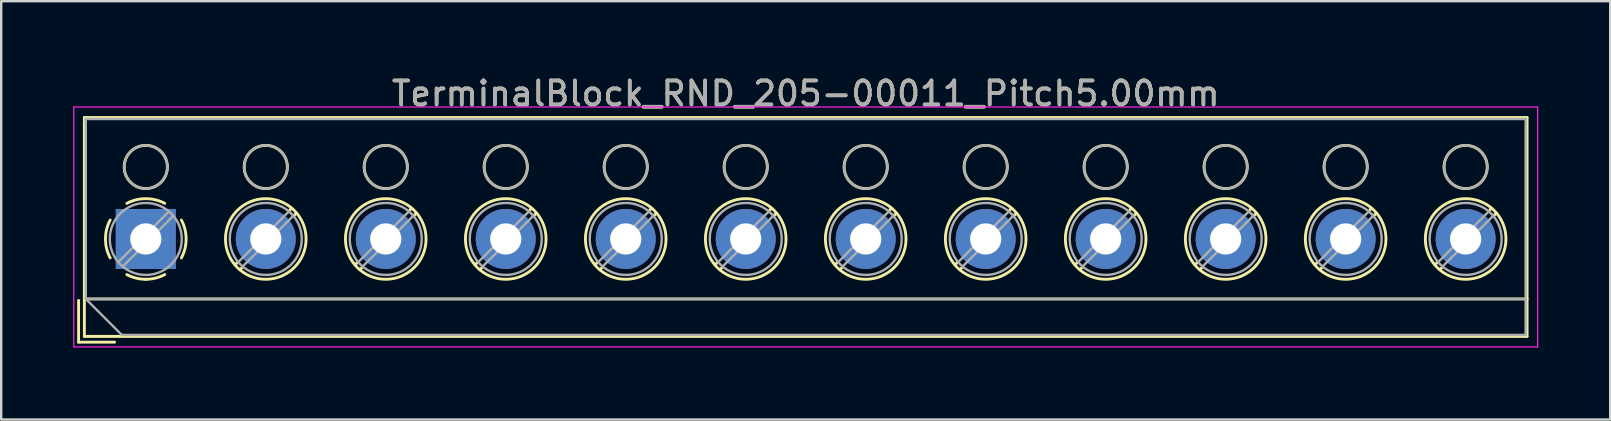
<source format=kicad_pcb>
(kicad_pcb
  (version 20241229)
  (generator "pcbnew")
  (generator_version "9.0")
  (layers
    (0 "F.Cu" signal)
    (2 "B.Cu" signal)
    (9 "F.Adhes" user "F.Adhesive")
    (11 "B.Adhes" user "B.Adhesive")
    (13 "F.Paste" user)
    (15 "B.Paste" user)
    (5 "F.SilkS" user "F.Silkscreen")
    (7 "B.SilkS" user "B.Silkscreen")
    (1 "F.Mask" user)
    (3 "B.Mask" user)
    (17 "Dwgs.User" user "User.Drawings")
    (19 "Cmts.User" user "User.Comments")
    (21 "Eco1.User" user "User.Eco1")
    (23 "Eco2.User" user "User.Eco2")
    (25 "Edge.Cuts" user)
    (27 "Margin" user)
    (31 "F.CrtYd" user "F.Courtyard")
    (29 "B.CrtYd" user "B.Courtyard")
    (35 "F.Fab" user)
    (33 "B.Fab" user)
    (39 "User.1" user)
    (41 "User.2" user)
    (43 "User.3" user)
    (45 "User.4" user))
  (footprint "TerminalBlock_RND_205-00011_Pitch5.00mm"
    (layer "F.Cu")
    (at 3.025 6.908)
    (property "Reference" "TerminalBlock_RND_205-00011_Pitch5.00mm" (at 27.5 -6.06 0) (layer "F.SilkS") (effects (font (size 1 1) (thickness 0.15))))
    (attr through_hole)
    (fp_line (start -2.8 2.56) (end -2.8 4.3) (stroke (width 0.12) (type solid)) (layer "F.SilkS"))
    (fp_line (start -2.8 4.3) (end -1.3 4.3) (stroke (width 0.12) (type solid)) (layer "F.SilkS"))
    (fp_line (start -2.56 -5.06) (end -2.56 4.06) (stroke (width 0.12) (type solid)) (layer "F.SilkS"))
    (fp_line (start -2.56 2.5) (end 57.56 2.5) (stroke (width 0.12) (type solid)) (layer "F.SilkS"))
    (fp_line (start -2.56 4.06) (end 57.56 4.06) (stroke (width 0.12) (type solid)) (layer "F.SilkS"))
    (fp_line (start 3.82 0.976) (end 3.726 1.069) (stroke (width 0.12) (type solid)) (layer "F.SilkS"))
    (fp_line (start 3.99 1.216) (end 3.931 1.274) (stroke (width 0.12) (type solid)) (layer "F.SilkS"))
    (fp_line (start 6.07 -1.275) (end 6.011 -1.216) (stroke (width 0.12) (type solid)) (layer "F.SilkS"))
    (fp_line (start 6.275 -1.069) (end 6.181 -0.976) (stroke (width 0.12) (type solid)) (layer "F.SilkS"))
    (fp_line (start 8.82 0.976) (end 8.726 1.069) (stroke (width 0.12) (type solid)) (layer "F.SilkS"))
    (fp_line (start 8.99 1.216) (end 8.931 1.274) (stroke (width 0.12) (type solid)) (layer "F.SilkS"))
    (fp_line (start 11.07 -1.275) (end 11.011 -1.216) (stroke (width 0.12) (type solid)) (layer "F.SilkS"))
    (fp_line (start 11.275 -1.069) (end 11.181 -0.976) (stroke (width 0.12) (type solid)) (layer "F.SilkS"))
    (fp_line (start 13.82 0.976) (end 13.726 1.069) (stroke (width 0.12) (type solid)) (layer "F.SilkS"))
    (fp_line (start 13.99 1.216) (end 13.931 1.274) (stroke (width 0.12) (type solid)) (layer "F.SilkS"))
    (fp_line (start 16.07 -1.275) (end 16.011 -1.216) (stroke (width 0.12) (type solid)) (layer "F.SilkS"))
    (fp_line (start 16.275 -1.069) (end 16.181 -0.976) (stroke (width 0.12) (type solid)) (layer "F.SilkS"))
    (fp_line (start 18.82 0.976) (end 18.726 1.069) (stroke (width 0.12) (type solid)) (layer "F.SilkS"))
    (fp_line (start 18.99 1.216) (end 18.931 1.274) (stroke (width 0.12) (type solid)) (layer "F.SilkS"))
    (fp_line (start 21.07 -1.275) (end 21.011 -1.216) (stroke (width 0.12) (type solid)) (layer "F.SilkS"))
    (fp_line (start 21.275 -1.069) (end 21.181 -0.976) (stroke (width 0.12) (type solid)) (layer "F.SilkS"))
    (fp_line (start 23.82 0.976) (end 23.726 1.069) (stroke (width 0.12) (type solid)) (layer "F.SilkS"))
    (fp_line (start 23.99 1.216) (end 23.931 1.274) (stroke (width 0.12) (type solid)) (layer "F.SilkS"))
    (fp_line (start 26.07 -1.275) (end 26.011 -1.216) (stroke (width 0.12) (type solid)) (layer "F.SilkS"))
    (fp_line (start 26.275 -1.069) (end 26.181 -0.976) (stroke (width 0.12) (type solid)) (layer "F.SilkS"))
    (fp_line (start 28.82 0.976) (end 28.726 1.069) (stroke (width 0.12) (type solid)) (layer "F.SilkS"))
    (fp_line (start 28.99 1.216) (end 28.931 1.274) (stroke (width 0.12) (type solid)) (layer "F.SilkS"))
    (fp_line (start 31.07 -1.275) (end 31.011 -1.216) (stroke (width 0.12) (type solid)) (layer "F.SilkS"))
    (fp_line (start 31.275 -1.069) (end 31.181 -0.976) (stroke (width 0.12) (type solid)) (layer "F.SilkS"))
    (fp_line (start 33.82 0.976) (end 33.726 1.069) (stroke (width 0.12) (type solid)) (layer "F.SilkS"))
    (fp_line (start 33.99 1.216) (end 33.931 1.274) (stroke (width 0.12) (type solid)) (layer "F.SilkS"))
    (fp_line (start 36.07 -1.275) (end 36.011 -1.216) (stroke (width 0.12) (type solid)) (layer "F.SilkS"))
    (fp_line (start 36.275 -1.069) (end 36.181 -0.976) (stroke (width 0.12) (type solid)) (layer "F.SilkS"))
    (fp_line (start 38.82 0.976) (end 38.726 1.069) (stroke (width 0.12) (type solid)) (layer "F.SilkS"))
    (fp_line (start 38.99 1.216) (end 38.931 1.274) (stroke (width 0.12) (type solid)) (layer "F.SilkS"))
    (fp_line (start 41.07 -1.275) (end 41.011 -1.216) (stroke (width 0.12) (type solid)) (layer "F.SilkS"))
    (fp_line (start 41.275 -1.069) (end 41.181 -0.976) (stroke (width 0.12) (type solid)) (layer "F.SilkS"))
    (fp_line (start 43.82 0.976) (end 43.726 1.069) (stroke (width 0.12) (type solid)) (layer "F.SilkS"))
    (fp_line (start 43.99 1.216) (end 43.931 1.274) (stroke (width 0.12) (type solid)) (layer "F.SilkS"))
    (fp_line (start 46.07 -1.275) (end 46.011 -1.216) (stroke (width 0.12) (type solid)) (layer "F.SilkS"))
    (fp_line (start 46.275 -1.069) (end 46.181 -0.976) (stroke (width 0.12) (type solid)) (layer "F.SilkS"))
    (fp_line (start 48.82 0.976) (end 48.726 1.069) (stroke (width 0.12) (type solid)) (layer "F.SilkS"))
    (fp_line (start 48.99 1.216) (end 48.931 1.274) (stroke (width 0.12) (type solid)) (layer "F.SilkS"))
    (fp_line (start 51.07 -1.275) (end 51.011 -1.216) (stroke (width 0.12) (type solid)) (layer "F.SilkS"))
    (fp_line (start 51.275 -1.069) (end 51.181 -0.976) (stroke (width 0.12) (type solid)) (layer "F.SilkS"))
    (fp_line (start 53.82 0.976) (end 53.726 1.069) (stroke (width 0.12) (type solid)) (layer "F.SilkS"))
    (fp_line (start 53.99 1.216) (end 53.931 1.274) (stroke (width 0.12) (type solid)) (layer "F.SilkS"))
    (fp_line (start 56.07 -1.275) (end 56.011 -1.216) (stroke (width 0.12) (type solid)) (layer "F.SilkS"))
    (fp_line (start 56.275 -1.069) (end 56.181 -0.976) (stroke (width 0.12) (type solid)) (layer "F.SilkS"))
    (fp_line (start 57.56 -5.06) (end -2.56 -5.06) (stroke (width 0.12) (type solid)) (layer "F.SilkS"))
    (fp_line (start 57.56 4.06) (end 57.56 -5.06) (stroke (width 0.12) (type solid)) (layer "F.SilkS"))
    (fp_arc (start -1.483953 0.789089) (mid -1.680708 0.00005) (end -1.484 -0.789) (stroke (width 0.12) (type solid)) (layer "F.SilkS"))
    (fp_arc (start -0.789089 -1.483953) (mid -0.00005 -1.680708) (end 0.789 -1.484) (stroke (width 0.12) (type solid)) (layer "F.SilkS"))
    (fp_arc (start 0.029383 1.68045) (mid -0.392304 1.634281) (end -0.789 1.484) (stroke (width 0.12) (type solid)) (layer "F.SilkS"))
    (fp_arc (start 0.788712 1.483352) (mid 0.406429 1.630097) (end 0 1.68) (stroke (width 0.12) (type solid)) (layer "F.SilkS"))
    (fp_arc (start 1.483953 -0.789089) (mid 1.680708 -0.00005) (end 1.484 0.789) (stroke (width 0.12) (type solid)) (layer "F.SilkS"))
    (fp_circle (center 0 -3) (end 0.9 -3) (stroke (width 0.12) (type solid)) (fill no) (layer "F.SilkS"))
    (fp_circle (center 5 -3) (end 5.9 -3) (stroke (width 0.12) (type solid)) (fill no) (layer "F.SilkS"))
    (fp_circle (center 5 0) (end 6.68 0) (stroke (width 0.12) (type solid)) (fill no) (layer "F.SilkS"))
    (fp_circle (center 10 -3) (end 10.9 -3) (stroke (width 0.12) (type solid)) (fill no) (layer "F.SilkS"))
    (fp_circle (center 10 0) (end 11.68 0) (stroke (width 0.12) (type solid)) (fill no) (layer "F.SilkS"))
    (fp_circle (center 15 -3) (end 15.9 -3) (stroke (width 0.12) (type solid)) (fill no) (layer "F.SilkS"))
    (fp_circle (center 15 0) (end 16.68 0) (stroke (width 0.12) (type solid)) (fill no) (layer "F.SilkS"))
    (fp_circle (center 20 -3) (end 20.9 -3) (stroke (width 0.12) (type solid)) (fill no) (layer "F.SilkS"))
    (fp_circle (center 20 0) (end 21.68 0) (stroke (width 0.12) (type solid)) (fill no) (layer "F.SilkS"))
    (fp_circle (center 25 -3) (end 25.9 -3) (stroke (width 0.12) (type solid)) (fill no) (layer "F.SilkS"))
    (fp_circle (center 25 0) (end 26.68 0) (stroke (width 0.12) (type solid)) (fill no) (layer "F.SilkS"))
    (fp_circle (center 30 -3) (end 30.9 -3) (stroke (width 0.12) (type solid)) (fill no) (layer "F.SilkS"))
    (fp_circle (center 30 0) (end 31.68 0) (stroke (width 0.12) (type solid)) (fill no) (layer "F.SilkS"))
    (fp_circle (center 35 -3) (end 35.9 -3) (stroke (width 0.12) (type solid)) (fill no) (layer "F.SilkS"))
    (fp_circle (center 35 0) (end 36.68 0) (stroke (width 0.12) (type solid)) (fill no) (layer "F.SilkS"))
    (fp_circle (center 40 -3) (end 40.9 -3) (stroke (width 0.12) (type solid)) (fill no) (layer "F.SilkS"))
    (fp_circle (center 40 0) (end 41.68 0) (stroke (width 0.12) (type solid)) (fill no) (layer "F.SilkS"))
    (fp_circle (center 45 -3) (end 45.9 -3) (stroke (width 0.12) (type solid)) (fill no) (layer "F.SilkS"))
    (fp_circle (center 45 0) (end 46.68 0) (stroke (width 0.12) (type solid)) (fill no) (layer "F.SilkS"))
    (fp_circle (center 50 -3) (end 50.9 -3) (stroke (width 0.12) (type solid)) (fill no) (layer "F.SilkS"))
    (fp_circle (center 50 0) (end 51.68 0) (stroke (width 0.12) (type solid)) (fill no) (layer "F.SilkS"))
    (fp_circle (center 55 -3) (end 55.9 -3) (stroke (width 0.12) (type solid)) (fill no) (layer "F.SilkS"))
    (fp_circle (center 55 0) (end 56.68 0) (stroke (width 0.12) (type solid)) (fill no) (layer "F.SilkS"))
    (fp_line (start -3 -5.5) (end -3 4.5) (stroke (width 0.05) (type solid)) (layer "F.CrtYd"))
    (fp_line (start -3 4.5) (end 58 4.5) (stroke (width 0.05) (type solid)) (layer "F.CrtYd"))
    (fp_line (start 58 -5.5) (end -3 -5.5) (stroke (width 0.05) (type solid)) (layer "F.CrtYd"))
    (fp_line (start 58 4.5) (end 58 -5.5) (stroke (width 0.05) (type solid)) (layer "F.CrtYd"))
    (fp_line (start -2.5 -5) (end 57.5 -5) (stroke (width 0.1) (type solid)) (layer "F.Fab"))
    (fp_line (start -2.5 2.5) (end -2.5 -5) (stroke (width 0.1) (type solid)) (layer "F.Fab"))
    (fp_line (start -2.5 2.5) (end 57.5 2.5) (stroke (width 0.1) (type solid)) (layer "F.Fab"))
    (fp_line (start -1 4) (end -2.5 2.5) (stroke (width 0.1) (type solid)) (layer "F.Fab"))
    (fp_line (start 0.955 -1.138) (end -1.138 0.955) (stroke (width 0.1) (type solid)) (layer "F.Fab"))
    (fp_line (start 1.138 -0.955) (end -0.955 1.138) (stroke (width 0.1) (type solid)) (layer "F.Fab"))
    (fp_line (start 5.955 -1.138) (end 3.863 0.955) (stroke (width 0.1) (type solid)) (layer "F.Fab"))
    (fp_line (start 6.138 -0.955) (end 4.046 1.138) (stroke (width 0.1) (type solid)) (layer "F.Fab"))
    (fp_line (start 10.955 -1.138) (end 8.863 0.955) (stroke (width 0.1) (type solid)) (layer "F.Fab"))
    (fp_line (start 11.138 -0.955) (end 9.046 1.138) (stroke (width 0.1) (type solid)) (layer "F.Fab"))
    (fp_line (start 15.955 -1.138) (end 13.863 0.955) (stroke (width 0.1) (type solid)) (layer "F.Fab"))
    (fp_line (start 16.138 -0.955) (end 14.046 1.138) (stroke (width 0.1) (type solid)) (layer "F.Fab"))
    (fp_line (start 20.955 -1.138) (end 18.863 0.955) (stroke (width 0.1) (type solid)) (layer "F.Fab"))
    (fp_line (start 21.138 -0.955) (end 19.046 1.138) (stroke (width 0.1) (type solid)) (layer "F.Fab"))
    (fp_line (start 25.955 -1.138) (end 23.863 0.955) (stroke (width 0.1) (type solid)) (layer "F.Fab"))
    (fp_line (start 26.138 -0.955) (end 24.046 1.138) (stroke (width 0.1) (type solid)) (layer "F.Fab"))
    (fp_line (start 30.955 -1.138) (end 28.863 0.955) (stroke (width 0.1) (type solid)) (layer "F.Fab"))
    (fp_line (start 31.138 -0.955) (end 29.046 1.138) (stroke (width 0.1) (type solid)) (layer "F.Fab"))
    (fp_line (start 35.955 -1.138) (end 33.863 0.955) (stroke (width 0.1) (type solid)) (layer "F.Fab"))
    (fp_line (start 36.138 -0.955) (end 34.046 1.138) (stroke (width 0.1) (type solid)) (layer "F.Fab"))
    (fp_line (start 40.955 -1.138) (end 38.863 0.955) (stroke (width 0.1) (type solid)) (layer "F.Fab"))
    (fp_line (start 41.138 -0.955) (end 39.046 1.138) (stroke (width 0.1) (type solid)) (layer "F.Fab"))
    (fp_line (start 45.955 -1.138) (end 43.863 0.955) (stroke (width 0.1) (type solid)) (layer "F.Fab"))
    (fp_line (start 46.138 -0.955) (end 44.046 1.138) (stroke (width 0.1) (type solid)) (layer "F.Fab"))
    (fp_line (start 50.955 -1.138) (end 48.863 0.955) (stroke (width 0.1) (type solid)) (layer "F.Fab"))
    (fp_line (start 51.138 -0.955) (end 49.046 1.138) (stroke (width 0.1) (type solid)) (layer "F.Fab"))
    (fp_line (start 55.955 -1.138) (end 53.863 0.955) (stroke (width 0.1) (type solid)) (layer "F.Fab"))
    (fp_line (start 56.138 -0.955) (end 54.046 1.138) (stroke (width 0.1) (type solid)) (layer "F.Fab"))
    (fp_line (start 57.5 -5) (end 57.5 4) (stroke (width 0.1) (type solid)) (layer "F.Fab"))
    (fp_line (start 57.5 4) (end -1 4) (stroke (width 0.1) (type solid)) (layer "F.Fab"))
    (fp_circle (center 0 -3) (end 0.9 -3) (stroke (width 0.1) (type solid)) (fill no) (layer "F.Fab"))
    (fp_circle (center 0 0) (end 1.5 0) (stroke (width 0.1) (type solid)) (fill no) (layer "F.Fab"))
    (fp_circle (center 5 -3) (end 5.9 -3) (stroke (width 0.1) (type solid)) (fill no) (layer "F.Fab"))
    (fp_circle (center 5 0) (end 6.5 0) (stroke (width 0.1) (type solid)) (fill no) (layer "F.Fab"))
    (fp_circle (center 10 -3) (end 10.9 -3) (stroke (width 0.1) (type solid)) (fill no) (layer "F.Fab"))
    (fp_circle (center 10 0) (end 11.5 0) (stroke (width 0.1) (type solid)) (fill no) (layer "F.Fab"))
    (fp_circle (center 15 -3) (end 15.9 -3) (stroke (width 0.1) (type solid)) (fill no) (layer "F.Fab"))
    (fp_circle (center 15 0) (end 16.5 0) (stroke (width 0.1) (type solid)) (fill no) (layer "F.Fab"))
    (fp_circle (center 20 -3) (end 20.9 -3) (stroke (width 0.1) (type solid)) (fill no) (layer "F.Fab"))
    (fp_circle (center 20 0) (end 21.5 0) (stroke (width 0.1) (type solid)) (fill no) (layer "F.Fab"))
    (fp_circle (center 25 -3) (end 25.9 -3) (stroke (width 0.1) (type solid)) (fill no) (layer "F.Fab"))
    (fp_circle (center 25 0) (end 26.5 0) (stroke (width 0.1) (type solid)) (fill no) (layer "F.Fab"))
    (fp_circle (center 30 -3) (end 30.9 -3) (stroke (width 0.1) (type solid)) (fill no) (layer "F.Fab"))
    (fp_circle (center 30 0) (end 31.5 0) (stroke (width 0.1) (type solid)) (fill no) (layer "F.Fab"))
    (fp_circle (center 35 -3) (end 35.9 -3) (stroke (width 0.1) (type solid)) (fill no) (layer "F.Fab"))
    (fp_circle (center 35 0) (end 36.5 0) (stroke (width 0.1) (type solid)) (fill no) (layer "F.Fab"))
    (fp_circle (center 40 -3) (end 40.9 -3) (stroke (width 0.1) (type solid)) (fill no) (layer "F.Fab"))
    (fp_circle (center 40 0) (end 41.5 0) (stroke (width 0.1) (type solid)) (fill no) (layer "F.Fab"))
    (fp_circle (center 45 -3) (end 45.9 -3) (stroke (width 0.1) (type solid)) (fill no) (layer "F.Fab"))
    (fp_circle (center 45 0) (end 46.5 0) (stroke (width 0.1) (type solid)) (fill no) (layer "F.Fab"))
    (fp_circle (center 50 -3) (end 50.9 -3) (stroke (width 0.1) (type solid)) (fill no) (layer "F.Fab"))
    (fp_circle (center 50 0) (end 51.5 0) (stroke (width 0.1) (type solid)) (fill no) (layer "F.Fab"))
    (fp_circle (center 55 -3) (end 55.9 -3) (stroke (width 0.1) (type solid)) (fill no) (layer "F.Fab"))
    (fp_circle (center 55 0) (end 56.5 0) (stroke (width 0.1) (type solid)) (fill no) (layer "F.Fab"))
    (fp_text user "${REFERENCE}" (at 27.5 -6.06 0) (layer "F.Fab") (effects (font (size 1 1) (thickness 0.15))))
    (pad "1" thru_hole rect (at 0 0) (size 2.5 2.5) (drill 1.3) (layers "*.Cu" "*.Mask"))
    (pad "2" thru_hole circle (at 5 0) (size 2.5 2.5) (drill 1.3) (layers "*.Cu" "*.Mask"))
    (pad "3" thru_hole circle (at 10 0) (size 2.5 2.5) (drill 1.3) (layers "*.Cu" "*.Mask"))
    (pad "4" thru_hole circle (at 15 0) (size 2.5 2.5) (drill 1.3) (layers "*.Cu" "*.Mask"))
    (pad "5" thru_hole circle (at 20 0) (size 2.5 2.5) (drill 1.3) (layers "*.Cu" "*.Mask"))
    (pad "6" thru_hole circle (at 25 0) (size 2.5 2.5) (drill 1.3) (layers "*.Cu" "*.Mask"))
    (pad "7" thru_hole circle (at 30 0) (size 2.5 2.5) (drill 1.3) (layers "*.Cu" "*.Mask"))
    (pad "8" thru_hole circle (at 35 0) (size 2.5 2.5) (drill 1.3) (layers "*.Cu" "*.Mask"))
    (pad "9" thru_hole circle (at 40 0) (size 2.5 2.5) (drill 1.3) (layers "*.Cu" "*.Mask"))
    (pad "10" thru_hole circle (at 45 0) (size 2.5 2.5) (drill 1.3) (layers "*.Cu" "*.Mask"))
    (pad "11" thru_hole circle (at 50 0) (size 2.5 2.5) (drill 1.3) (layers "*.Cu" "*.Mask"))
    (pad "12" thru_hole circle (at 55 0) (size 2.5 2.5) (drill 1.3) (layers "*.Cu" "*.Mask")))
  (gr_rect
    (start -3 -3)
    (end 64.05 14.433)
    (stroke (width 0.1) (type default))
    (fill no)
    (layer "Edge.Cuts")))
</source>
